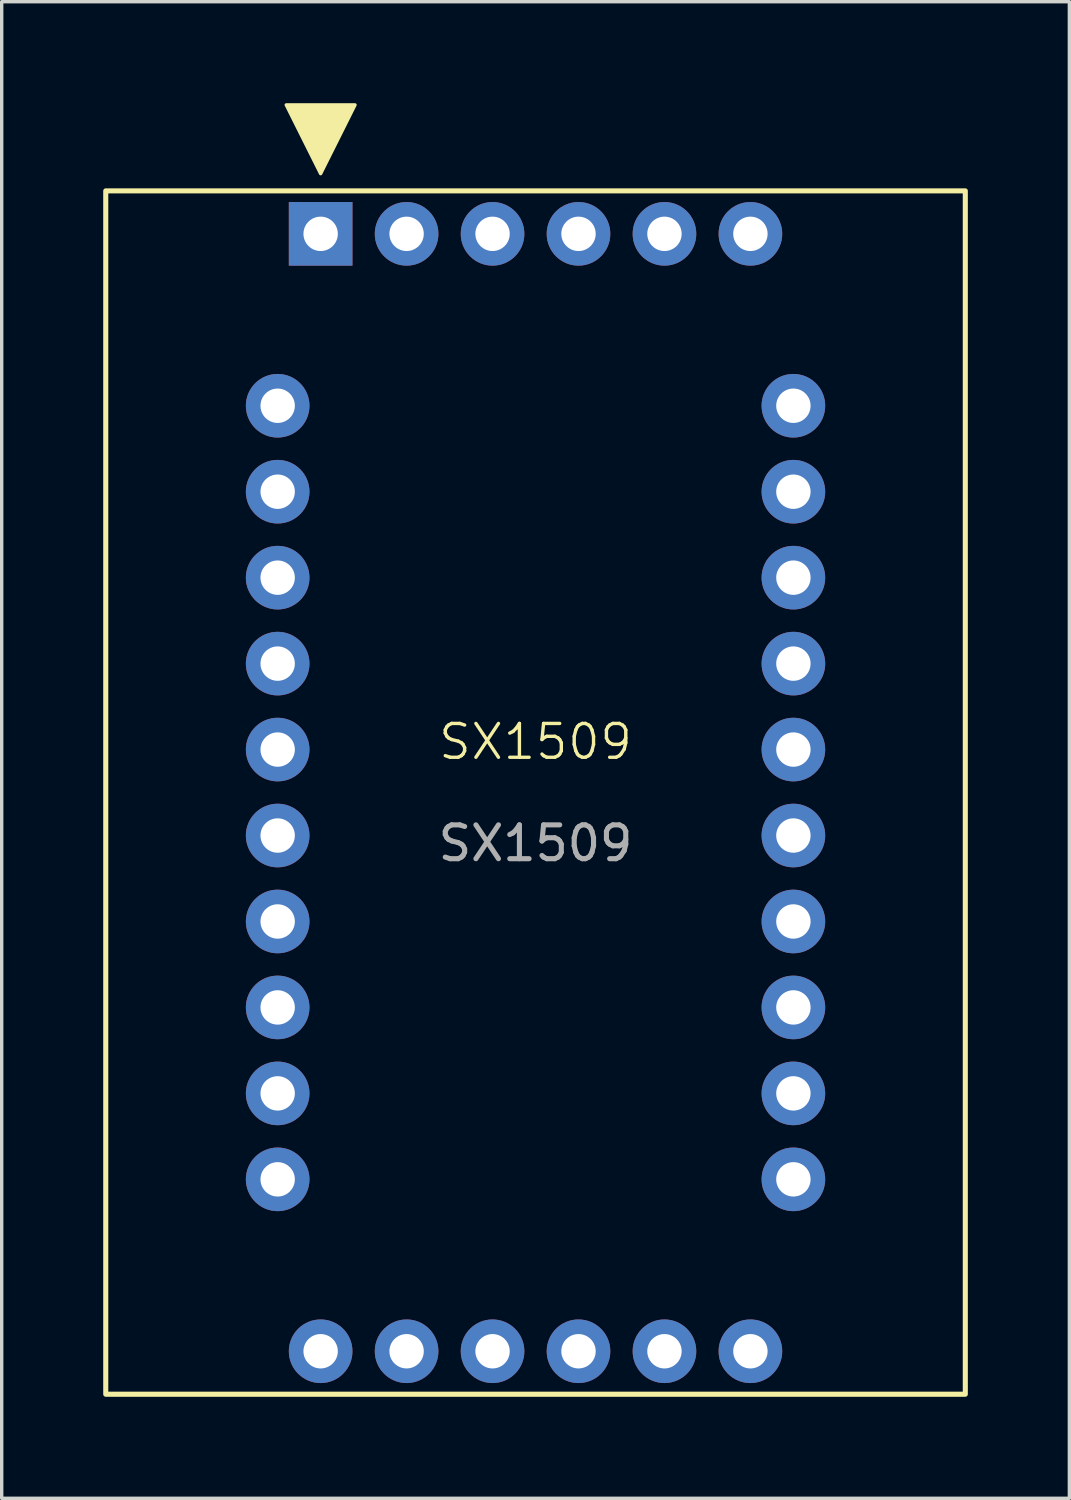
<source format=kicad_pcb>
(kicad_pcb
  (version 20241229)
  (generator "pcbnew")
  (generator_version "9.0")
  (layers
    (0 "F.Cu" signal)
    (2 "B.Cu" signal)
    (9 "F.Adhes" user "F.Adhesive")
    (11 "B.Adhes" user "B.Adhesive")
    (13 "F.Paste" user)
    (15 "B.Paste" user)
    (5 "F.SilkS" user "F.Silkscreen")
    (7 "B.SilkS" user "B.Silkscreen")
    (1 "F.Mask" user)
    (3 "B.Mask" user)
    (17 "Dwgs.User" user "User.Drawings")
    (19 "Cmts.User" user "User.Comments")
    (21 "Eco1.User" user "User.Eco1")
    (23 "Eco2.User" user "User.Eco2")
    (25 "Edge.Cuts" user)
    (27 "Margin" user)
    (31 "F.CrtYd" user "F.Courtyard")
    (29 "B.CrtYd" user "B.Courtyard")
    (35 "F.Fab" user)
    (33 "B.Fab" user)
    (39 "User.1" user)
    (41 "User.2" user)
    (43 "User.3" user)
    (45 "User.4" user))
  (footprint "SX1509"
    (layer "F.Cu")
    (at 12.775 20.37)
    (property "Reference" "SX1509" (at 0 -1.5 0) (unlocked yes) (layer "F.SilkS") (effects (font (size 1 1) (thickness 0.1))))
    (attr through_hole)
    (fp_rect (start -12.7 -17.78) (end 12.7 17.78) (stroke (width 0.15) (type solid)) (fill no) (layer "F.SilkS"))
    (fp_poly (pts (xy -6.35 -18.288) (xy -5.334 -20.32) (xy -7.366 -20.32)) (stroke (width 0.1) (type solid)) (fill yes) (layer "F.SilkS"))
    (fp_text user "${REFERENCE}" (at 0 1.5 0) (unlocked yes) (layer "F.Fab") (effects (font (size 1 1) (thickness 0.15))))
    (pad "1" thru_hole rect (at -6.35 -16.51 90) (size 1.88 1.88) (drill 1.016) (layers "*.Cu" "*.Mask"))
    (pad "2" thru_hole circle (at -3.81 -16.51 90) (size 1.88 1.88) (drill 1.016) (layers "*.Cu" "*.Mask"))
    (pad "2" thru_hole circle (at -3.81 16.51 90) (size 1.88 1.88) (drill 1.016) (layers "*.Cu" "*.Mask"))
    (pad "3" thru_hole circle (at -7.62 -11.43 90) (size 1.88 1.88) (drill 1.016) (layers "*.Cu" "*.Mask"))
    (pad "3" thru_hole circle (at -1.27 -16.51 90) (size 1.88 1.88) (drill 1.016) (layers "*.Cu" "*.Mask"))
    (pad "3" thru_hole circle (at -1.27 16.51 90) (size 1.88 1.88) (drill 1.016) (layers "*.Cu" "*.Mask"))
    (pad "3" thru_hole circle (at 7.62 -11.43 90) (size 1.88 1.88) (drill 1.016) (layers "*.Cu" "*.Mask"))
    (pad "4" thru_hole circle (at 1.27 -16.51 90) (size 1.88 1.88) (drill 1.016) (layers "*.Cu" "*.Mask"))
    (pad "4" thru_hole circle (at 1.27 16.51 90) (size 1.88 1.88) (drill 1.016) (layers "*.Cu" "*.Mask"))
    (pad "5" thru_hole circle (at 3.81 -16.51 90) (size 1.88 1.88) (drill 1.016) (layers "*.Cu" "*.Mask"))
    (pad "5" thru_hole circle (at 3.81 16.51 90) (size 1.88 1.88) (drill 1.016) (layers "*.Cu" "*.Mask"))
    (pad "6" thru_hole circle (at 6.35 -16.51 90) (size 1.88 1.88) (drill 1.016) (layers "*.Cu" "*.Mask"))
    (pad "6" thru_hole circle (at 6.35 16.51 90) (size 1.88 1.88) (drill 1.016) (layers "*.Cu" "*.Mask"))
    (pad "7" thru_hole circle (at -7.62 -8.89 90) (size 1.88 1.88) (drill 1.016) (layers "*.Cu" "*.Mask"))
    (pad "8" thru_hole circle (at -7.62 -6.35 90) (size 1.88 1.88) (drill 1.016) (layers "*.Cu" "*.Mask"))
    (pad "9" thru_hole circle (at -7.62 -3.81 90) (size 1.88 1.88) (drill 1.016) (layers "*.Cu" "*.Mask"))
    (pad "10" thru_hole circle (at -7.62 -1.27 90) (size 1.88 1.88) (drill 1.016) (layers "*.Cu" "*.Mask"))
    (pad "11" thru_hole circle (at -7.62 1.27 90) (size 1.88 1.88) (drill 1.016) (layers "*.Cu" "*.Mask"))
    (pad "12" thru_hole circle (at -7.62 3.81 90) (size 1.88 1.88) (drill 1.016) (layers "*.Cu" "*.Mask"))
    (pad "13" thru_hole circle (at -7.62 6.35 90) (size 1.88 1.88) (drill 1.016) (layers "*.Cu" "*.Mask"))
    (pad "14" thru_hole circle (at -7.62 8.89 90) (size 1.88 1.88) (drill 1.016) (layers "*.Cu" "*.Mask"))
    (pad "15" thru_hole circle (at -7.62 11.43 90) (size 1.88 1.88) (drill 1.016) (layers "*.Cu" "*.Mask"))
    (pad "16" thru_hole circle (at 7.62 11.43 90) (size 1.88 1.88) (drill 1.016) (layers "*.Cu" "*.Mask"))
    (pad "17" thru_hole circle (at 7.62 8.89 90) (size 1.88 1.88) (drill 1.016) (layers "*.Cu" "*.Mask"))
    (pad "18" thru_hole circle (at 7.62 6.35 90) (size 1.88 1.88) (drill 1.016) (layers "*.Cu" "*.Mask"))
    (pad "19" thru_hole circle (at 7.62 3.81 90) (size 1.88 1.88) (drill 1.016) (layers "*.Cu" "*.Mask"))
    (pad "20" thru_hole circle (at 7.62 1.27 90) (size 1.88 1.88) (drill 1.016) (layers "*.Cu" "*.Mask"))
    (pad "21" thru_hole circle (at 7.62 -1.27 90) (size 1.88 1.88) (drill 1.016) (layers "*.Cu" "*.Mask"))
    (pad "22" thru_hole circle (at 7.62 -3.81 90) (size 1.88 1.88) (drill 1.016) (layers "*.Cu" "*.Mask"))
    (pad "23" thru_hole circle (at 7.62 -6.35 90) (size 1.88 1.88) (drill 1.016) (layers "*.Cu" "*.Mask"))
    (pad "24" thru_hole circle (at 7.62 -8.89 90) (size 1.88 1.88) (drill 1.016) (layers "*.Cu" "*.Mask"))
    (pad "25" thru_hole circle (at -6.35 16.51 90) (size 1.88 1.88) (drill 1.016) (layers "*.Cu" "*.Mask")))
  (gr_rect
    (start -3 -3)
    (end 28.55 41.225)
    (stroke (width 0.1) (type default))
    (fill no)
    (layer "Edge.Cuts")))
</source>
